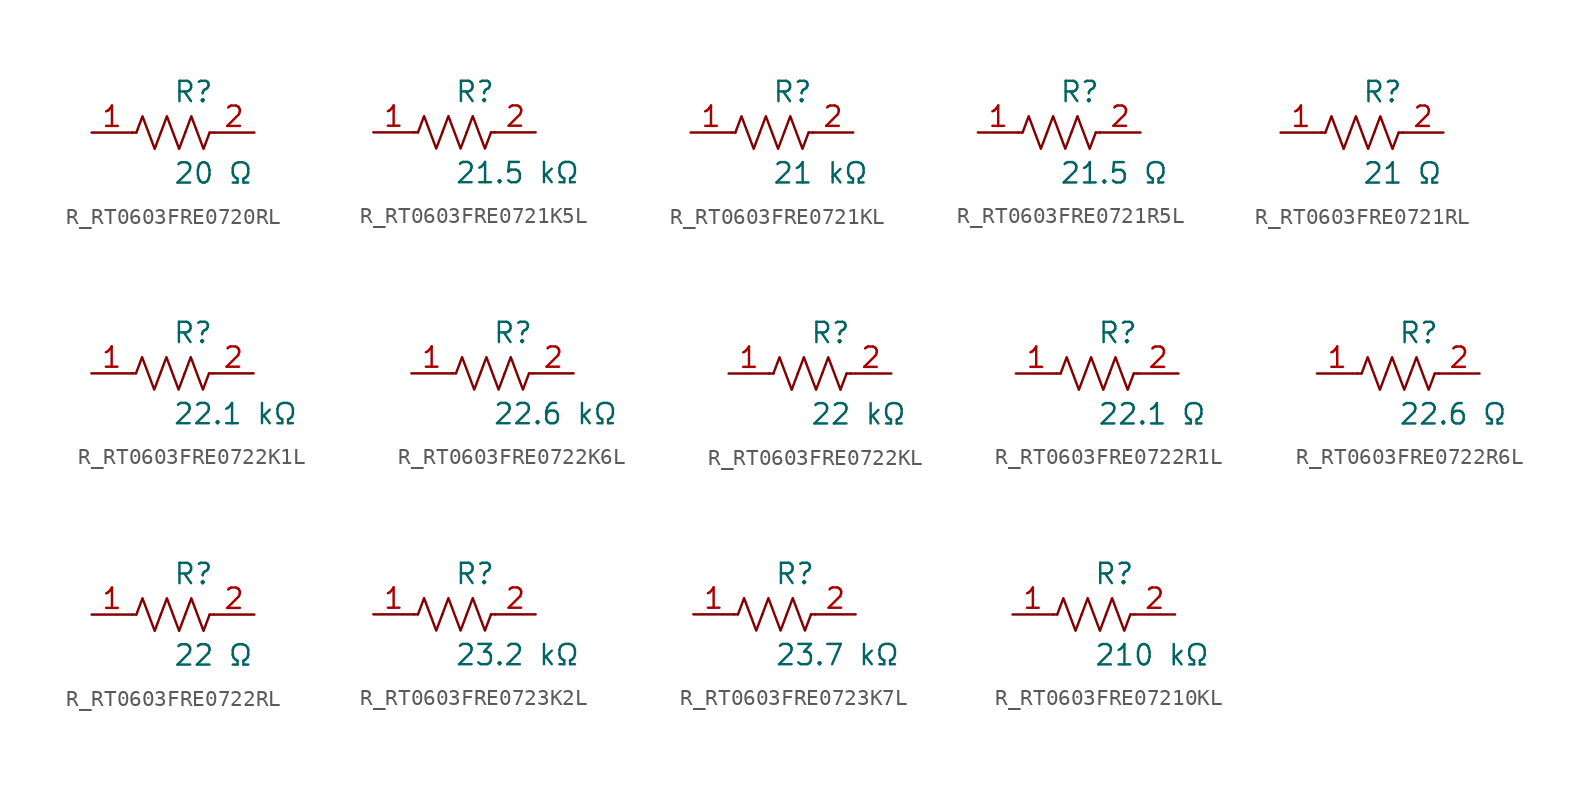
<source format=kicad_sym>
(kicad_symbol_lib
  (version 20231120)
  (generator kicad_symbol_editor)
  (generator_version 8.0)
  (symbol "R_RT0603FRE0720RL"
    (pin_names
      (offset 0.254))
    (property "Reference" "R"
      (at 0.0 2.54 0)
      (effects (font (size 1.27 1.27)) (justify left)))
    (property "Value" "20 Ω"
      (at 0.0 -2.54 0)
      (effects (font (size 1.27 1.27)) (justify left)))
    (symbol "R_RT0603FRE0720RL_0_1"
      (polyline (pts (xy 2.286 0) (xy 2.54 0)) (stroke (width 0) (type default)) (fill (type none)))
      (polyline (pts (xy -2.286 0) (xy -2.54 0)) (stroke (width 0) (type default)) (fill (type none)))
      (polyline (pts (xy 0.762 0) (xy 1.143 1.016) (xy 1.524 0) (xy 1.905 -1.016) (xy 2.286 0)) (stroke (width 0) (type default)) (fill (type none)))
      (polyline (pts (xy -0.762 0) (xy -0.381 1.016) (xy 0 0) (xy 0.381 -1.016) (xy 0.762 0)) (stroke (width 0) (type default)) (fill (type none)))
      (polyline (pts (xy -2.286 0) (xy -1.905 1.016) (xy -1.524 0) (xy -1.143 -1.016) (xy -0.762 0)) (stroke (width 0) (type default)) (fill (type none))))
    (pin unspecified line
      (at -5.08 0 0)
      (length 2.54)
      (name "" (effects (font (size 1.27 1.27))))
      (number "1" (effects (font (size 1.27 1.27)))))
    (pin unspecified line
      (at 5.08 0 180)
      (length 2.54)
      (name "" (effects (font (size 1.27 1.27))))
      (number "2" (effects (font (size 1.27 1.27))))))
  (symbol "R_RT0603FRE0721K5L"
    (pin_names
      (offset 0.254))
    (property "Reference" "R"
      (at 0.0 2.54 0)
      (effects (font (size 1.27 1.27)) (justify left)))
    (property "Value" "21.5 kΩ"
      (at 0.0 -2.54 0)
      (effects (font (size 1.27 1.27)) (justify left)))
    (symbol "R_RT0603FRE0721K5L_0_1"
      (polyline (pts (xy 2.286 0) (xy 2.54 0)) (stroke (width 0) (type default)) (fill (type none)))
      (polyline (pts (xy -2.286 0) (xy -2.54 0)) (stroke (width 0) (type default)) (fill (type none)))
      (polyline (pts (xy 0.762 0) (xy 1.143 1.016) (xy 1.524 0) (xy 1.905 -1.016) (xy 2.286 0)) (stroke (width 0) (type default)) (fill (type none)))
      (polyline (pts (xy -0.762 0) (xy -0.381 1.016) (xy 0 0) (xy 0.381 -1.016) (xy 0.762 0)) (stroke (width 0) (type default)) (fill (type none)))
      (polyline (pts (xy -2.286 0) (xy -1.905 1.016) (xy -1.524 0) (xy -1.143 -1.016) (xy -0.762 0)) (stroke (width 0) (type default)) (fill (type none))))
    (pin unspecified line
      (at -5.08 0 0)
      (length 2.54)
      (name "" (effects (font (size 1.27 1.27))))
      (number "1" (effects (font (size 1.27 1.27)))))
    (pin unspecified line
      (at 5.08 0 180)
      (length 2.54)
      (name "" (effects (font (size 1.27 1.27))))
      (number "2" (effects (font (size 1.27 1.27))))))
  (symbol "R_RT0603FRE0721KL"
    (pin_names
      (offset 0.254))
    (property "Reference" "R"
      (at 0.0 2.54 0)
      (effects (font (size 1.27 1.27)) (justify left)))
    (property "Value" "21 kΩ"
      (at 0.0 -2.54 0)
      (effects (font (size 1.27 1.27)) (justify left)))
    (symbol "R_RT0603FRE0721KL_0_1"
      (polyline (pts (xy 2.286 0) (xy 2.54 0)) (stroke (width 0) (type default)) (fill (type none)))
      (polyline (pts (xy -2.286 0) (xy -2.54 0)) (stroke (width 0) (type default)) (fill (type none)))
      (polyline (pts (xy 0.762 0) (xy 1.143 1.016) (xy 1.524 0) (xy 1.905 -1.016) (xy 2.286 0)) (stroke (width 0) (type default)) (fill (type none)))
      (polyline (pts (xy -0.762 0) (xy -0.381 1.016) (xy 0 0) (xy 0.381 -1.016) (xy 0.762 0)) (stroke (width 0) (type default)) (fill (type none)))
      (polyline (pts (xy -2.286 0) (xy -1.905 1.016) (xy -1.524 0) (xy -1.143 -1.016) (xy -0.762 0)) (stroke (width 0) (type default)) (fill (type none))))
    (pin unspecified line
      (at -5.08 0 0)
      (length 2.54)
      (name "" (effects (font (size 1.27 1.27))))
      (number "1" (effects (font (size 1.27 1.27)))))
    (pin unspecified line
      (at 5.08 0 180)
      (length 2.54)
      (name "" (effects (font (size 1.27 1.27))))
      (number "2" (effects (font (size 1.27 1.27))))))
  (symbol "R_RT0603FRE0721R5L"
    (pin_names
      (offset 0.254))
    (property "Reference" "R"
      (at 0.0 2.54 0)
      (effects (font (size 1.27 1.27)) (justify left)))
    (property "Value" "21.5 Ω"
      (at 0.0 -2.54 0)
      (effects (font (size 1.27 1.27)) (justify left)))
    (symbol "R_RT0603FRE0721R5L_0_1"
      (polyline (pts (xy 2.286 0) (xy 2.54 0)) (stroke (width 0) (type default)) (fill (type none)))
      (polyline (pts (xy -2.286 0) (xy -2.54 0)) (stroke (width 0) (type default)) (fill (type none)))
      (polyline (pts (xy 0.762 0) (xy 1.143 1.016) (xy 1.524 0) (xy 1.905 -1.016) (xy 2.286 0)) (stroke (width 0) (type default)) (fill (type none)))
      (polyline (pts (xy -0.762 0) (xy -0.381 1.016) (xy 0 0) (xy 0.381 -1.016) (xy 0.762 0)) (stroke (width 0) (type default)) (fill (type none)))
      (polyline (pts (xy -2.286 0) (xy -1.905 1.016) (xy -1.524 0) (xy -1.143 -1.016) (xy -0.762 0)) (stroke (width 0) (type default)) (fill (type none))))
    (pin unspecified line
      (at -5.08 0 0)
      (length 2.54)
      (name "" (effects (font (size 1.27 1.27))))
      (number "1" (effects (font (size 1.27 1.27)))))
    (pin unspecified line
      (at 5.08 0 180)
      (length 2.54)
      (name "" (effects (font (size 1.27 1.27))))
      (number "2" (effects (font (size 1.27 1.27))))))
  (symbol "R_RT0603FRE0721RL"
    (pin_names
      (offset 0.254))
    (property "Reference" "R"
      (at 0.0 2.54 0)
      (effects (font (size 1.27 1.27)) (justify left)))
    (property "Value" "21 Ω"
      (at 0.0 -2.54 0)
      (effects (font (size 1.27 1.27)) (justify left)))
    (symbol "R_RT0603FRE0721RL_0_1"
      (polyline (pts (xy 2.286 0) (xy 2.54 0)) (stroke (width 0) (type default)) (fill (type none)))
      (polyline (pts (xy -2.286 0) (xy -2.54 0)) (stroke (width 0) (type default)) (fill (type none)))
      (polyline (pts (xy 0.762 0) (xy 1.143 1.016) (xy 1.524 0) (xy 1.905 -1.016) (xy 2.286 0)) (stroke (width 0) (type default)) (fill (type none)))
      (polyline (pts (xy -0.762 0) (xy -0.381 1.016) (xy 0 0) (xy 0.381 -1.016) (xy 0.762 0)) (stroke (width 0) (type default)) (fill (type none)))
      (polyline (pts (xy -2.286 0) (xy -1.905 1.016) (xy -1.524 0) (xy -1.143 -1.016) (xy -0.762 0)) (stroke (width 0) (type default)) (fill (type none))))
    (pin unspecified line
      (at -5.08 0 0)
      (length 2.54)
      (name "" (effects (font (size 1.27 1.27))))
      (number "1" (effects (font (size 1.27 1.27)))))
    (pin unspecified line
      (at 5.08 0 180)
      (length 2.54)
      (name "" (effects (font (size 1.27 1.27))))
      (number "2" (effects (font (size 1.27 1.27))))))
  (symbol "R_RT0603FRE0722K1L"
    (pin_names
      (offset 0.254))
    (property "Reference" "R"
      (at 0.0 2.54 0)
      (effects (font (size 1.27 1.27)) (justify left)))
    (property "Value" "22.1 kΩ"
      (at 0.0 -2.54 0)
      (effects (font (size 1.27 1.27)) (justify left)))
    (symbol "R_RT0603FRE0722K1L_0_1"
      (polyline (pts (xy 2.286 0) (xy 2.54 0)) (stroke (width 0) (type default)) (fill (type none)))
      (polyline (pts (xy -2.286 0) (xy -2.54 0)) (stroke (width 0) (type default)) (fill (type none)))
      (polyline (pts (xy 0.762 0) (xy 1.143 1.016) (xy 1.524 0) (xy 1.905 -1.016) (xy 2.286 0)) (stroke (width 0) (type default)) (fill (type none)))
      (polyline (pts (xy -0.762 0) (xy -0.381 1.016) (xy 0 0) (xy 0.381 -1.016) (xy 0.762 0)) (stroke (width 0) (type default)) (fill (type none)))
      (polyline (pts (xy -2.286 0) (xy -1.905 1.016) (xy -1.524 0) (xy -1.143 -1.016) (xy -0.762 0)) (stroke (width 0) (type default)) (fill (type none))))
    (pin unspecified line
      (at -5.08 0 0)
      (length 2.54)
      (name "" (effects (font (size 1.27 1.27))))
      (number "1" (effects (font (size 1.27 1.27)))))
    (pin unspecified line
      (at 5.08 0 180)
      (length 2.54)
      (name "" (effects (font (size 1.27 1.27))))
      (number "2" (effects (font (size 1.27 1.27))))))
  (symbol "R_RT0603FRE0722K6L"
    (pin_names
      (offset 0.254))
    (property "Reference" "R"
      (at 0.0 2.54 0)
      (effects (font (size 1.27 1.27)) (justify left)))
    (property "Value" "22.6 kΩ"
      (at 0.0 -2.54 0)
      (effects (font (size 1.27 1.27)) (justify left)))
    (symbol "R_RT0603FRE0722K6L_0_1"
      (polyline (pts (xy 2.286 0) (xy 2.54 0)) (stroke (width 0) (type default)) (fill (type none)))
      (polyline (pts (xy -2.286 0) (xy -2.54 0)) (stroke (width 0) (type default)) (fill (type none)))
      (polyline (pts (xy 0.762 0) (xy 1.143 1.016) (xy 1.524 0) (xy 1.905 -1.016) (xy 2.286 0)) (stroke (width 0) (type default)) (fill (type none)))
      (polyline (pts (xy -0.762 0) (xy -0.381 1.016) (xy 0 0) (xy 0.381 -1.016) (xy 0.762 0)) (stroke (width 0) (type default)) (fill (type none)))
      (polyline (pts (xy -2.286 0) (xy -1.905 1.016) (xy -1.524 0) (xy -1.143 -1.016) (xy -0.762 0)) (stroke (width 0) (type default)) (fill (type none))))
    (pin unspecified line
      (at -5.08 0 0)
      (length 2.54)
      (name "" (effects (font (size 1.27 1.27))))
      (number "1" (effects (font (size 1.27 1.27)))))
    (pin unspecified line
      (at 5.08 0 180)
      (length 2.54)
      (name "" (effects (font (size 1.27 1.27))))
      (number "2" (effects (font (size 1.27 1.27))))))
  (symbol "R_RT0603FRE0722KL"
    (pin_names
      (offset 0.254))
    (property "Reference" "R"
      (at 0.0 2.54 0)
      (effects (font (size 1.27 1.27)) (justify left)))
    (property "Value" "22 kΩ"
      (at 0.0 -2.54 0)
      (effects (font (size 1.27 1.27)) (justify left)))
    (symbol "R_RT0603FRE0722KL_0_1"
      (polyline (pts (xy 2.286 0) (xy 2.54 0)) (stroke (width 0) (type default)) (fill (type none)))
      (polyline (pts (xy -2.286 0) (xy -2.54 0)) (stroke (width 0) (type default)) (fill (type none)))
      (polyline (pts (xy 0.762 0) (xy 1.143 1.016) (xy 1.524 0) (xy 1.905 -1.016) (xy 2.286 0)) (stroke (width 0) (type default)) (fill (type none)))
      (polyline (pts (xy -0.762 0) (xy -0.381 1.016) (xy 0 0) (xy 0.381 -1.016) (xy 0.762 0)) (stroke (width 0) (type default)) (fill (type none)))
      (polyline (pts (xy -2.286 0) (xy -1.905 1.016) (xy -1.524 0) (xy -1.143 -1.016) (xy -0.762 0)) (stroke (width 0) (type default)) (fill (type none))))
    (pin unspecified line
      (at -5.08 0 0)
      (length 2.54)
      (name "" (effects (font (size 1.27 1.27))))
      (number "1" (effects (font (size 1.27 1.27)))))
    (pin unspecified line
      (at 5.08 0 180)
      (length 2.54)
      (name "" (effects (font (size 1.27 1.27))))
      (number "2" (effects (font (size 1.27 1.27))))))
  (symbol "R_RT0603FRE0722R1L"
    (pin_names
      (offset 0.254))
    (property "Reference" "R"
      (at 0.0 2.54 0)
      (effects (font (size 1.27 1.27)) (justify left)))
    (property "Value" "22.1 Ω"
      (at 0.0 -2.54 0)
      (effects (font (size 1.27 1.27)) (justify left)))
    (symbol "R_RT0603FRE0722R1L_0_1"
      (polyline (pts (xy 2.286 0) (xy 2.54 0)) (stroke (width 0) (type default)) (fill (type none)))
      (polyline (pts (xy -2.286 0) (xy -2.54 0)) (stroke (width 0) (type default)) (fill (type none)))
      (polyline (pts (xy 0.762 0) (xy 1.143 1.016) (xy 1.524 0) (xy 1.905 -1.016) (xy 2.286 0)) (stroke (width 0) (type default)) (fill (type none)))
      (polyline (pts (xy -0.762 0) (xy -0.381 1.016) (xy 0 0) (xy 0.381 -1.016) (xy 0.762 0)) (stroke (width 0) (type default)) (fill (type none)))
      (polyline (pts (xy -2.286 0) (xy -1.905 1.016) (xy -1.524 0) (xy -1.143 -1.016) (xy -0.762 0)) (stroke (width 0) (type default)) (fill (type none))))
    (pin unspecified line
      (at -5.08 0 0)
      (length 2.54)
      (name "" (effects (font (size 1.27 1.27))))
      (number "1" (effects (font (size 1.27 1.27)))))
    (pin unspecified line
      (at 5.08 0 180)
      (length 2.54)
      (name "" (effects (font (size 1.27 1.27))))
      (number "2" (effects (font (size 1.27 1.27))))))
  (symbol "R_RT0603FRE0722R6L"
    (pin_names
      (offset 0.254))
    (property "Reference" "R"
      (at 0.0 2.54 0)
      (effects (font (size 1.27 1.27)) (justify left)))
    (property "Value" "22.6 Ω"
      (at 0.0 -2.54 0)
      (effects (font (size 1.27 1.27)) (justify left)))
    (symbol "R_RT0603FRE0722R6L_0_1"
      (polyline (pts (xy 2.286 0) (xy 2.54 0)) (stroke (width 0) (type default)) (fill (type none)))
      (polyline (pts (xy -2.286 0) (xy -2.54 0)) (stroke (width 0) (type default)) (fill (type none)))
      (polyline (pts (xy 0.762 0) (xy 1.143 1.016) (xy 1.524 0) (xy 1.905 -1.016) (xy 2.286 0)) (stroke (width 0) (type default)) (fill (type none)))
      (polyline (pts (xy -0.762 0) (xy -0.381 1.016) (xy 0 0) (xy 0.381 -1.016) (xy 0.762 0)) (stroke (width 0) (type default)) (fill (type none)))
      (polyline (pts (xy -2.286 0) (xy -1.905 1.016) (xy -1.524 0) (xy -1.143 -1.016) (xy -0.762 0)) (stroke (width 0) (type default)) (fill (type none))))
    (pin unspecified line
      (at -5.08 0 0)
      (length 2.54)
      (name "" (effects (font (size 1.27 1.27))))
      (number "1" (effects (font (size 1.27 1.27)))))
    (pin unspecified line
      (at 5.08 0 180)
      (length 2.54)
      (name "" (effects (font (size 1.27 1.27))))
      (number "2" (effects (font (size 1.27 1.27))))))
  (symbol "R_RT0603FRE0722RL"
    (pin_names
      (offset 0.254))
    (property "Reference" "R"
      (at 0.0 2.54 0)
      (effects (font (size 1.27 1.27)) (justify left)))
    (property "Value" "22 Ω"
      (at 0.0 -2.54 0)
      (effects (font (size 1.27 1.27)) (justify left)))
    (symbol "R_RT0603FRE0722RL_0_1"
      (polyline (pts (xy 2.286 0) (xy 2.54 0)) (stroke (width 0) (type default)) (fill (type none)))
      (polyline (pts (xy -2.286 0) (xy -2.54 0)) (stroke (width 0) (type default)) (fill (type none)))
      (polyline (pts (xy 0.762 0) (xy 1.143 1.016) (xy 1.524 0) (xy 1.905 -1.016) (xy 2.286 0)) (stroke (width 0) (type default)) (fill (type none)))
      (polyline (pts (xy -0.762 0) (xy -0.381 1.016) (xy 0 0) (xy 0.381 -1.016) (xy 0.762 0)) (stroke (width 0) (type default)) (fill (type none)))
      (polyline (pts (xy -2.286 0) (xy -1.905 1.016) (xy -1.524 0) (xy -1.143 -1.016) (xy -0.762 0)) (stroke (width 0) (type default)) (fill (type none))))
    (pin unspecified line
      (at -5.08 0 0)
      (length 2.54)
      (name "" (effects (font (size 1.27 1.27))))
      (number "1" (effects (font (size 1.27 1.27)))))
    (pin unspecified line
      (at 5.08 0 180)
      (length 2.54)
      (name "" (effects (font (size 1.27 1.27))))
      (number "2" (effects (font (size 1.27 1.27))))))
  (symbol "R_RT0603FRE0723K2L"
    (pin_names
      (offset 0.254))
    (property "Reference" "R"
      (at 0.0 2.54 0)
      (effects (font (size 1.27 1.27)) (justify left)))
    (property "Value" "23.2 kΩ"
      (at 0.0 -2.54 0)
      (effects (font (size 1.27 1.27)) (justify left)))
    (symbol "R_RT0603FRE0723K2L_0_1"
      (polyline (pts (xy 2.286 0) (xy 2.54 0)) (stroke (width 0) (type default)) (fill (type none)))
      (polyline (pts (xy -2.286 0) (xy -2.54 0)) (stroke (width 0) (type default)) (fill (type none)))
      (polyline (pts (xy 0.762 0) (xy 1.143 1.016) (xy 1.524 0) (xy 1.905 -1.016) (xy 2.286 0)) (stroke (width 0) (type default)) (fill (type none)))
      (polyline (pts (xy -0.762 0) (xy -0.381 1.016) (xy 0 0) (xy 0.381 -1.016) (xy 0.762 0)) (stroke (width 0) (type default)) (fill (type none)))
      (polyline (pts (xy -2.286 0) (xy -1.905 1.016) (xy -1.524 0) (xy -1.143 -1.016) (xy -0.762 0)) (stroke (width 0) (type default)) (fill (type none))))
    (pin unspecified line
      (at -5.08 0 0)
      (length 2.54)
      (name "" (effects (font (size 1.27 1.27))))
      (number "1" (effects (font (size 1.27 1.27)))))
    (pin unspecified line
      (at 5.08 0 180)
      (length 2.54)
      (name "" (effects (font (size 1.27 1.27))))
      (number "2" (effects (font (size 1.27 1.27))))))
  (symbol "R_RT0603FRE0723K7L"
    (pin_names
      (offset 0.254))
    (property "Reference" "R"
      (at 0.0 2.54 0)
      (effects (font (size 1.27 1.27)) (justify left)))
    (property "Value" "23.7 kΩ"
      (at 0.0 -2.54 0)
      (effects (font (size 1.27 1.27)) (justify left)))
    (symbol "R_RT0603FRE0723K7L_0_1"
      (polyline (pts (xy 2.286 0) (xy 2.54 0)) (stroke (width 0) (type default)) (fill (type none)))
      (polyline (pts (xy -2.286 0) (xy -2.54 0)) (stroke (width 0) (type default)) (fill (type none)))
      (polyline (pts (xy 0.762 0) (xy 1.143 1.016) (xy 1.524 0) (xy 1.905 -1.016) (xy 2.286 0)) (stroke (width 0) (type default)) (fill (type none)))
      (polyline (pts (xy -0.762 0) (xy -0.381 1.016) (xy 0 0) (xy 0.381 -1.016) (xy 0.762 0)) (stroke (width 0) (type default)) (fill (type none)))
      (polyline (pts (xy -2.286 0) (xy -1.905 1.016) (xy -1.524 0) (xy -1.143 -1.016) (xy -0.762 0)) (stroke (width 0) (type default)) (fill (type none))))
    (pin unspecified line
      (at -5.08 0 0)
      (length 2.54)
      (name "" (effects (font (size 1.27 1.27))))
      (number "1" (effects (font (size 1.27 1.27)))))
    (pin unspecified line
      (at 5.08 0 180)
      (length 2.54)
      (name "" (effects (font (size 1.27 1.27))))
      (number "2" (effects (font (size 1.27 1.27))))))
  (symbol "R_RT0603FRE07210KL"
    (pin_names
      (offset 0.254))
    (property "Reference" "R"
      (at 0.0 2.54 0)
      (effects (font (size 1.27 1.27)) (justify left)))
    (property "Value" "210 kΩ"
      (at 0.0 -2.54 0)
      (effects (font (size 1.27 1.27)) (justify left)))
    (symbol "R_RT0603FRE07210KL_0_1"
      (polyline (pts (xy 2.286 0) (xy 2.54 0)) (stroke (width 0) (type default)) (fill (type none)))
      (polyline (pts (xy -2.286 0) (xy -2.54 0)) (stroke (width 0) (type default)) (fill (type none)))
      (polyline (pts (xy 0.762 0) (xy 1.143 1.016) (xy 1.524 0) (xy 1.905 -1.016) (xy 2.286 0)) (stroke (width 0) (type default)) (fill (type none)))
      (polyline (pts (xy -0.762 0) (xy -0.381 1.016) (xy 0 0) (xy 0.381 -1.016) (xy 0.762 0)) (stroke (width 0) (type default)) (fill (type none)))
      (polyline (pts (xy -2.286 0) (xy -1.905 1.016) (xy -1.524 0) (xy -1.143 -1.016) (xy -0.762 0)) (stroke (width 0) (type default)) (fill (type none))))
    (pin unspecified line
      (at -5.08 0 0)
      (length 2.54)
      (name "" (effects (font (size 1.27 1.27))))
      (number "1" (effects (font (size 1.27 1.27)))))
    (pin unspecified line
      (at 5.08 0 180)
      (length 2.54)
      (name "" (effects (font (size 1.27 1.27))))
      (number "2" (effects (font (size 1.27 1.27)))))))
</source>
